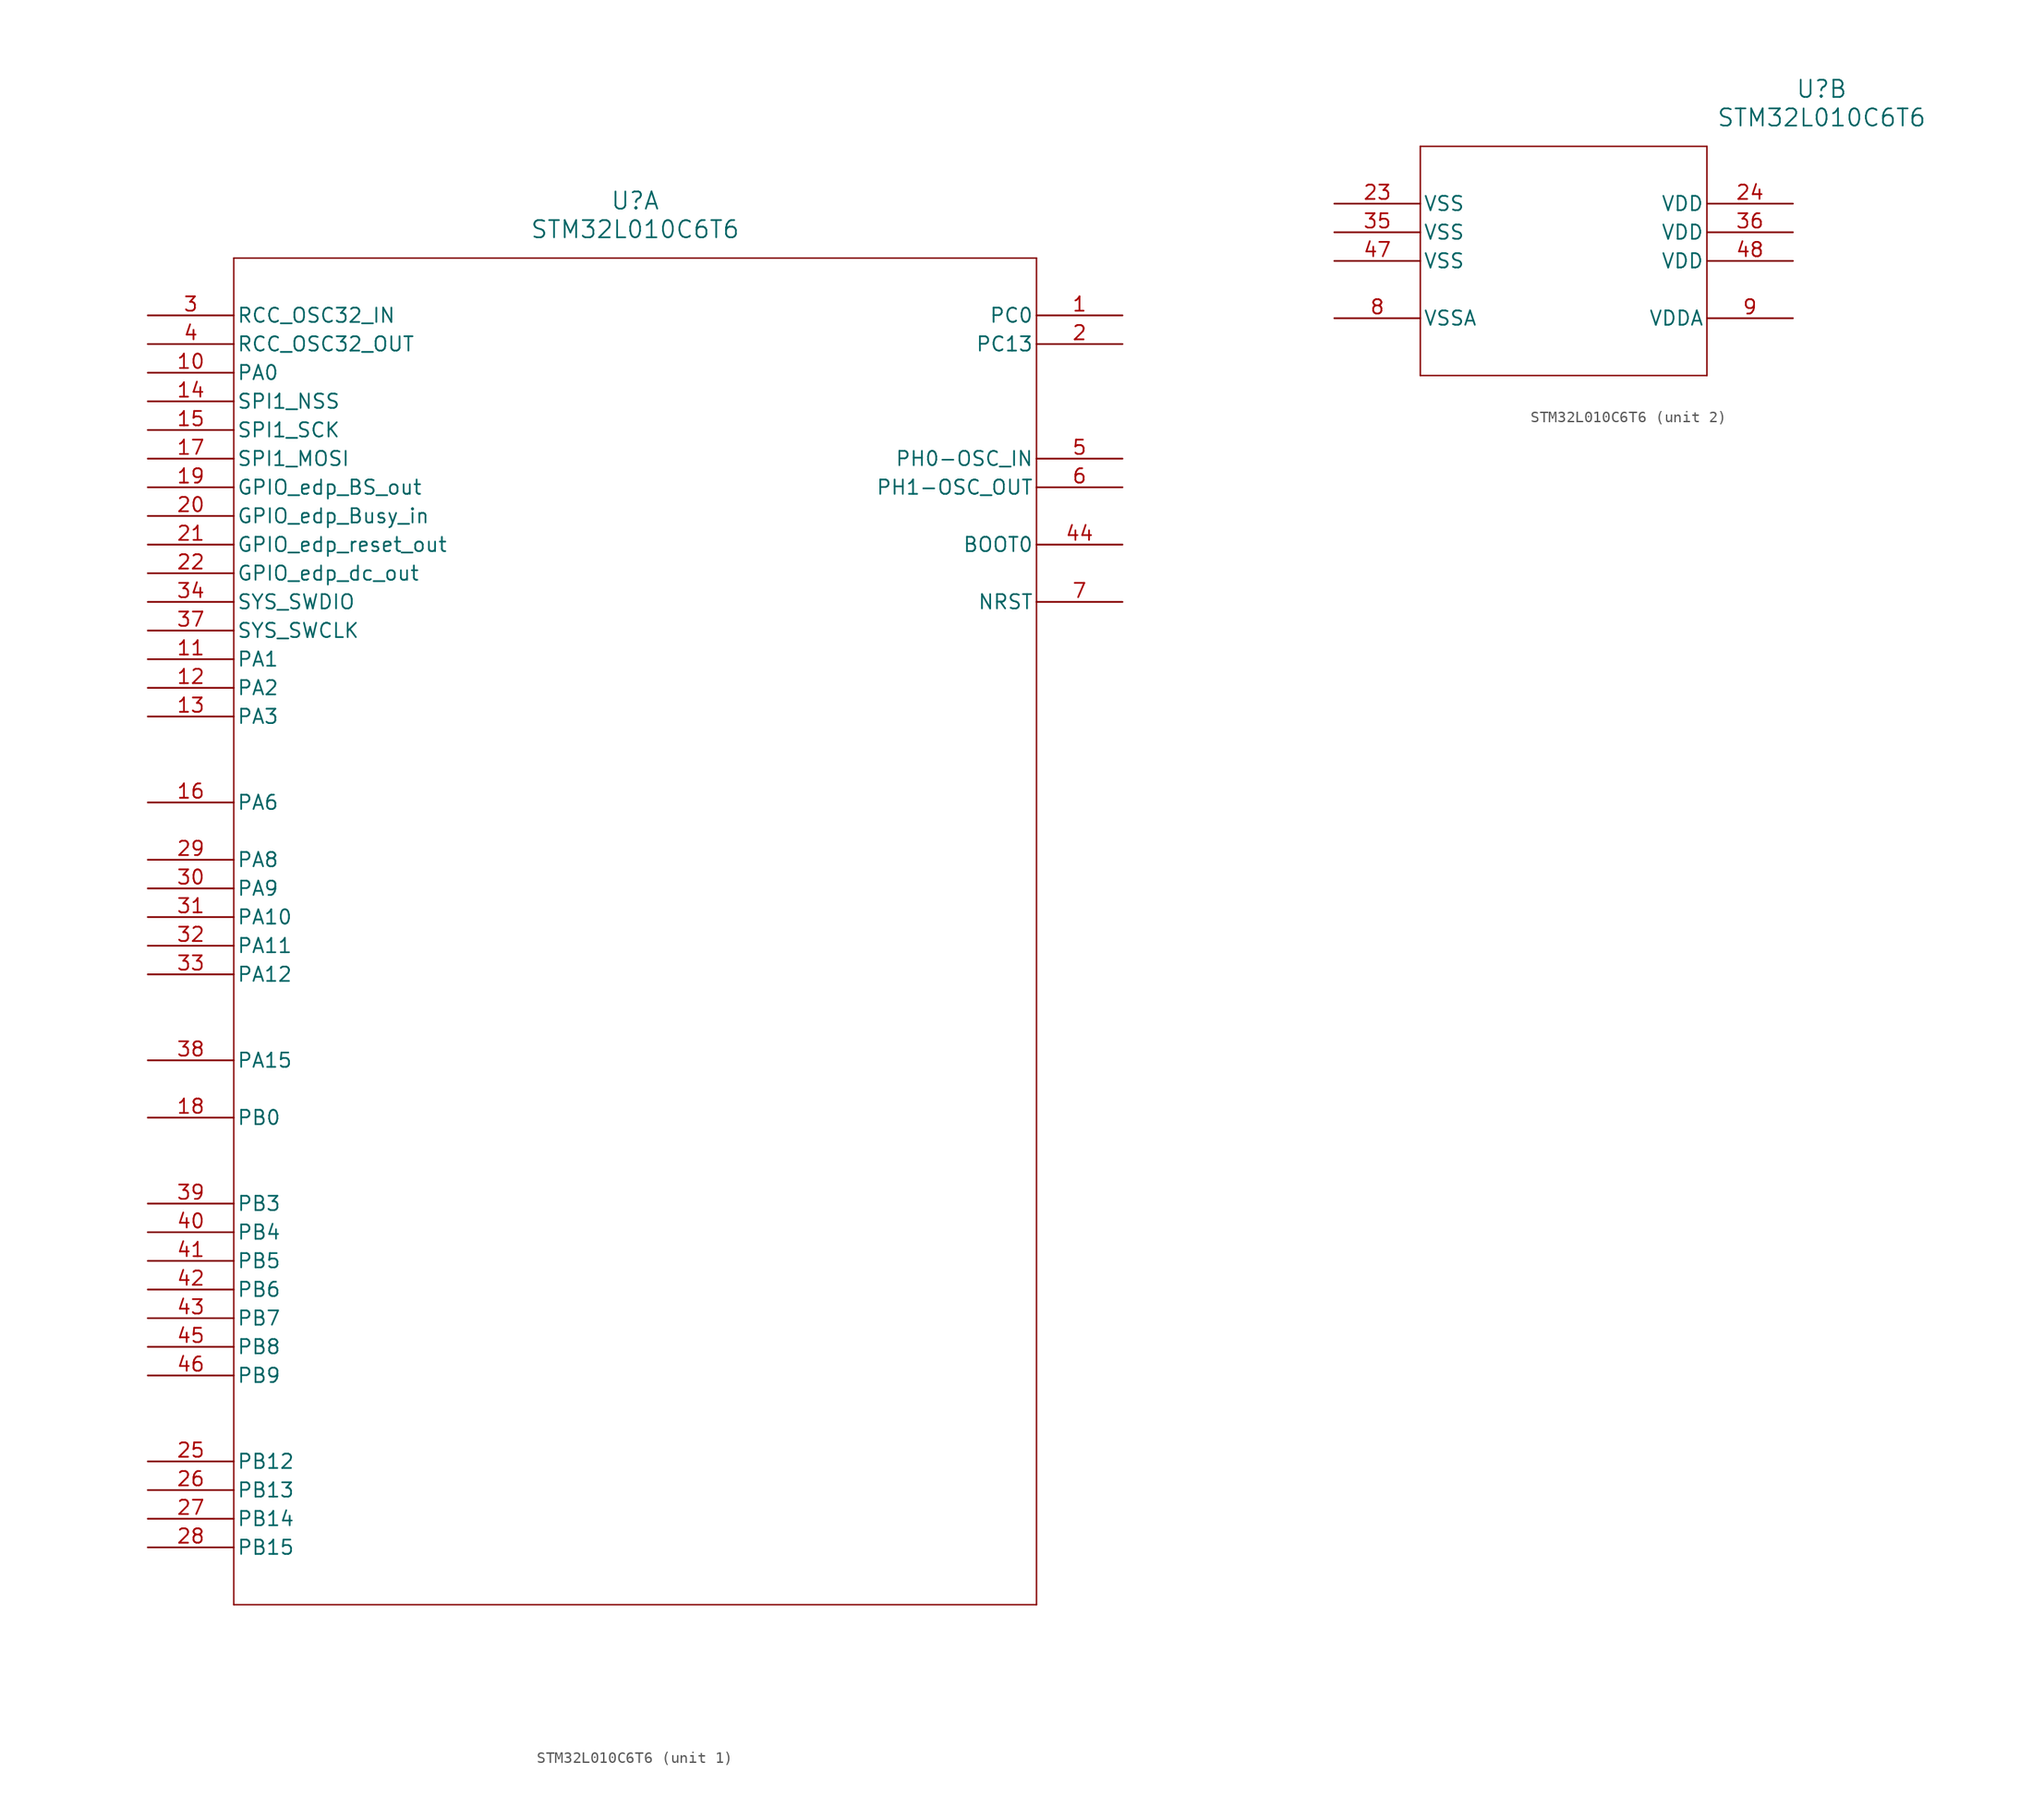
<source format=kicad_sym>
(kicad_symbol_lib
  (version 20211014)
  (generator kicad_symbol_editor)
  (symbol "STM32L010C6T6"
    (pin_names
      (offset 0.254))
    (property "Reference" "U"
      (at 43.18 10.16 0)
      (effects (font (size 1.524 1.524))))
    (property "Value" "STM32L010C6T6"
      (at 43.18 7.62 0)
      (effects (font (size 1.524 1.524))))
    (symbol "STM32L010C6T6_1_1"
      (polyline (pts (xy 7.62 5.08) (xy 7.62 -114.3)) (stroke (width .127) (type default) (color 0 0 0 0)) (fill (type none)))
      (polyline (pts (xy 7.62 -114.3) (xy 78.74 -114.3)) (stroke (width .127) (type default) (color 0 0 0 0)) (fill (type none)))
      (polyline (pts (xy 78.74 -114.3) (xy 78.74 5.08)) (stroke (width .127) (type default) (color 0 0 0 0)) (fill (type none)))
      (polyline (pts (xy 78.74 5.08) (xy 7.62 5.08)) (stroke (width .127) (type default) (color 0 0 0 0)) (fill (type none)))
      (pin bidirectional line (at 86.36 0 180) (length 7.62) (name "PC0" (effects (font (size 1.27 1.27)))) (number "1" (effects (font (size 1.27 1.27)))))
      (pin bidirectional line (at 86.36 -2.54 180) (length 7.62) (name "PC13" (effects (font (size 1.27 1.27)))) (number "2" (effects (font (size 1.27 1.27)))))
      (pin unspecified line (at 0 0 0) (length 7.62) (name "RCC_OSC32_IN" (effects (font (size 1.27 1.27)))) (number "3" (effects (font (size 1.27 1.27)))))
      (pin unspecified line (at 0 -2.54 0) (length 7.62) (name "RCC_OSC32_OUT" (effects (font (size 1.27 1.27)))) (number "4" (effects (font (size 1.27 1.27)))))
      (pin bidirectional line (at 86.36 -12.7 180) (length 7.62) (name "PH0-OSC_IN" (effects (font (size 1.27 1.27)))) (number "5" (effects (font (size 1.27 1.27)))))
      (pin bidirectional line (at 86.36 -15.24 180) (length 7.62) (name "PH1-OSC_OUT" (effects (font (size 1.27 1.27)))) (number "6" (effects (font (size 1.27 1.27)))))
      (pin bidirectional line (at 86.36 -25.4 180) (length 7.62) (name "NRST" (effects (font (size 1.27 1.27)))) (number "7" (effects (font (size 1.27 1.27)))))
      (pin bidirectional line (at 0 -5.08 0) (length 7.62) (name "PA0" (effects (font (size 1.27 1.27)))) (number "10" (effects (font (size 1.27 1.27)))))
      (pin bidirectional line (at 0 -30.48 0) (length 7.62) (name "PA1" (effects (font (size 1.27 1.27)))) (number "11" (effects (font (size 1.27 1.27)))))
      (pin bidirectional line (at 0 -33.02 0) (length 7.62) (name "PA2" (effects (font (size 1.27 1.27)))) (number "12" (effects (font (size 1.27 1.27)))))
      (pin bidirectional line (at 0 -35.56 0) (length 7.62) (name "PA3" (effects (font (size 1.27 1.27)))) (number "13" (effects (font (size 1.27 1.27)))))
      (pin unspecified line (at 0 -7.62 0) (length 7.62) (name "SPI1_NSS" (effects (font (size 1.27 1.27)))) (number "14" (effects (font (size 1.27 1.27)))))
      (pin unspecified line (at 0 -10.16 0) (length 7.62) (name "SPI1_SCK" (effects (font (size 1.27 1.27)))) (number "15" (effects (font (size 1.27 1.27)))))
      (pin bidirectional line (at 0 -43.18 0) (length 7.62) (name "PA6" (effects (font (size 1.27 1.27)))) (number "16" (effects (font (size 1.27 1.27)))))
      (pin unspecified line (at 0 -12.7 0) (length 7.62) (name "SPI1_MOSI" (effects (font (size 1.27 1.27)))) (number "17" (effects (font (size 1.27 1.27)))))
      (pin bidirectional line (at 0 -71.12 0) (length 7.62) (name "PB0" (effects (font (size 1.27 1.27)))) (number "18" (effects (font (size 1.27 1.27)))))
      (pin unspecified line (at 0 -15.24 0) (length 7.62) (name "GPIO_edp_BS_out" (effects (font (size 1.27 1.27)))) (number "19" (effects (font (size 1.27 1.27)))))
      (pin unspecified line (at 0 -17.78 0) (length 7.62) (name "GPIO_edp_Busy_in" (effects (font (size 1.27 1.27)))) (number "20" (effects (font (size 1.27 1.27)))))
      (pin unspecified line (at 0 -20.32 0) (length 7.62) (name "GPIO_edp_reset_out" (effects (font (size 1.27 1.27)))) (number "21" (effects (font (size 1.27 1.27)))))
      (pin unspecified line (at 0 -22.86 0) (length 7.62) (name "GPIO_edp_dc_out" (effects (font (size 1.27 1.27)))) (number "22" (effects (font (size 1.27 1.27)))))
      (pin bidirectional line (at 0 -101.6 0) (length 7.62) (name "PB12" (effects (font (size 1.27 1.27)))) (number "25" (effects (font (size 1.27 1.27)))))
      (pin bidirectional line (at 0 -104.14 0) (length 7.62) (name "PB13" (effects (font (size 1.27 1.27)))) (number "26" (effects (font (size 1.27 1.27)))))
      (pin bidirectional line (at 0 -106.68 0) (length 7.62) (name "PB14" (effects (font (size 1.27 1.27)))) (number "27" (effects (font (size 1.27 1.27)))))
      (pin bidirectional line (at 0 -109.22 0) (length 7.62) (name "PB15" (effects (font (size 1.27 1.27)))) (number "28" (effects (font (size 1.27 1.27)))))
      (pin bidirectional line (at 0 -48.26 0) (length 7.62) (name "PA8" (effects (font (size 1.27 1.27)))) (number "29" (effects (font (size 1.27 1.27)))))
      (pin bidirectional line (at 0 -50.8 0) (length 7.62) (name "PA9" (effects (font (size 1.27 1.27)))) (number "30" (effects (font (size 1.27 1.27)))))
      (pin bidirectional line (at 0 -53.34 0) (length 7.62) (name "PA10" (effects (font (size 1.27 1.27)))) (number "31" (effects (font (size 1.27 1.27)))))
      (pin bidirectional line (at 0 -55.88 0) (length 7.62) (name "PA11" (effects (font (size 1.27 1.27)))) (number "32" (effects (font (size 1.27 1.27)))))
      (pin bidirectional line (at 0 -58.42 0) (length 7.62) (name "PA12" (effects (font (size 1.27 1.27)))) (number "33" (effects (font (size 1.27 1.27)))))
      (pin unspecified line (at 0 -25.4 0) (length 7.62) (name "SYS_SWDIO" (effects (font (size 1.27 1.27)))) (number "34" (effects (font (size 1.27 1.27)))))
      (pin unspecified line (at 0 -27.94 0) (length 7.62) (name "SYS_SWCLK" (effects (font (size 1.27 1.27)))) (number "37" (effects (font (size 1.27 1.27)))))
      (pin bidirectional line (at 0 -66.04 0) (length 7.62) (name "PA15" (effects (font (size 1.27 1.27)))) (number "38" (effects (font (size 1.27 1.27)))))
      (pin bidirectional line (at 0 -78.74 0) (length 7.62) (name "PB3" (effects (font (size 1.27 1.27)))) (number "39" (effects (font (size 1.27 1.27)))))
      (pin bidirectional line (at 0 -81.28 0) (length 7.62) (name "PB4" (effects (font (size 1.27 1.27)))) (number "40" (effects (font (size 1.27 1.27)))))
      (pin bidirectional line (at 0 -83.82 0) (length 7.62) (name "PB5" (effects (font (size 1.27 1.27)))) (number "41" (effects (font (size 1.27 1.27)))))
      (pin bidirectional line (at 0 -86.36 0) (length 7.62) (name "PB6" (effects (font (size 1.27 1.27)))) (number "42" (effects (font (size 1.27 1.27)))))
      (pin bidirectional line (at 0 -88.9 0) (length 7.62) (name "PB7" (effects (font (size 1.27 1.27)))) (number "43" (effects (font (size 1.27 1.27)))))
      (pin input line (at 86.36 -20.32 180) (length 7.62) (name "BOOT0" (effects (font (size 1.27 1.27)))) (number "44" (effects (font (size 1.27 1.27)))))
      (pin bidirectional line (at 0 -91.44 0) (length 7.62) (name "PB8" (effects (font (size 1.27 1.27)))) (number "45" (effects (font (size 1.27 1.27)))))
      (pin bidirectional line (at 0 -93.98 0) (length 7.62) (name "PB9" (effects (font (size 1.27 1.27)))) (number "46" (effects (font (size 1.27 1.27))))))
    (symbol "STM32L010C6T6_2_1"
      (polyline (pts (xy 7.62 5.08) (xy 7.62 -15.24)) (stroke (width .127) (type default) (color 0 0 0 0)) (fill (type none)))
      (polyline (pts (xy 7.62 -15.24) (xy 33.02 -15.24)) (stroke (width .127) (type default) (color 0 0 0 0)) (fill (type none)))
      (polyline (pts (xy 33.02 -15.24) (xy 33.02 5.08)) (stroke (width .127) (type default) (color 0 0 0 0)) (fill (type none)))
      (polyline (pts (xy 33.02 5.08) (xy 7.62 5.08)) (stroke (width .127) (type default) (color 0 0 0 0)) (fill (type none)))
      (pin power_in line (at 0 -10.16 0) (length 7.62) (name "VSSA" (effects (font (size 1.27 1.27)))) (number "8" (effects (font (size 1.27 1.27)))))
      (pin power_in line (at 40.64 -10.16 180) (length 7.62) (name "VDDA" (effects (font (size 1.27 1.27)))) (number "9" (effects (font (size 1.27 1.27)))))
      (pin power_in line (at 0 0 0) (length 7.62) (name "VSS" (effects (font (size 1.27 1.27)))) (number "23" (effects (font (size 1.27 1.27)))))
      (pin power_in line (at 40.64 0 180) (length 7.62) (name "VDD" (effects (font (size 1.27 1.27)))) (number "24" (effects (font (size 1.27 1.27)))))
      (pin power_in line (at 0 -2.54 0) (length 7.62) (name "VSS" (effects (font (size 1.27 1.27)))) (number "35" (effects (font (size 1.27 1.27)))))
      (pin power_in line (at 40.64 -2.54 180) (length 7.62) (name "VDD" (effects (font (size 1.27 1.27)))) (number "36" (effects (font (size 1.27 1.27)))))
      (pin power_in line (at 0 -5.08 0) (length 7.62) (name "VSS" (effects (font (size 1.27 1.27)))) (number "47" (effects (font (size 1.27 1.27)))))
      (pin power_in line (at 40.64 -5.08 180) (length 7.62) (name "VDD" (effects (font (size 1.27 1.27)))) (number "48" (effects (font (size 1.27 1.27))))))))
</source>
